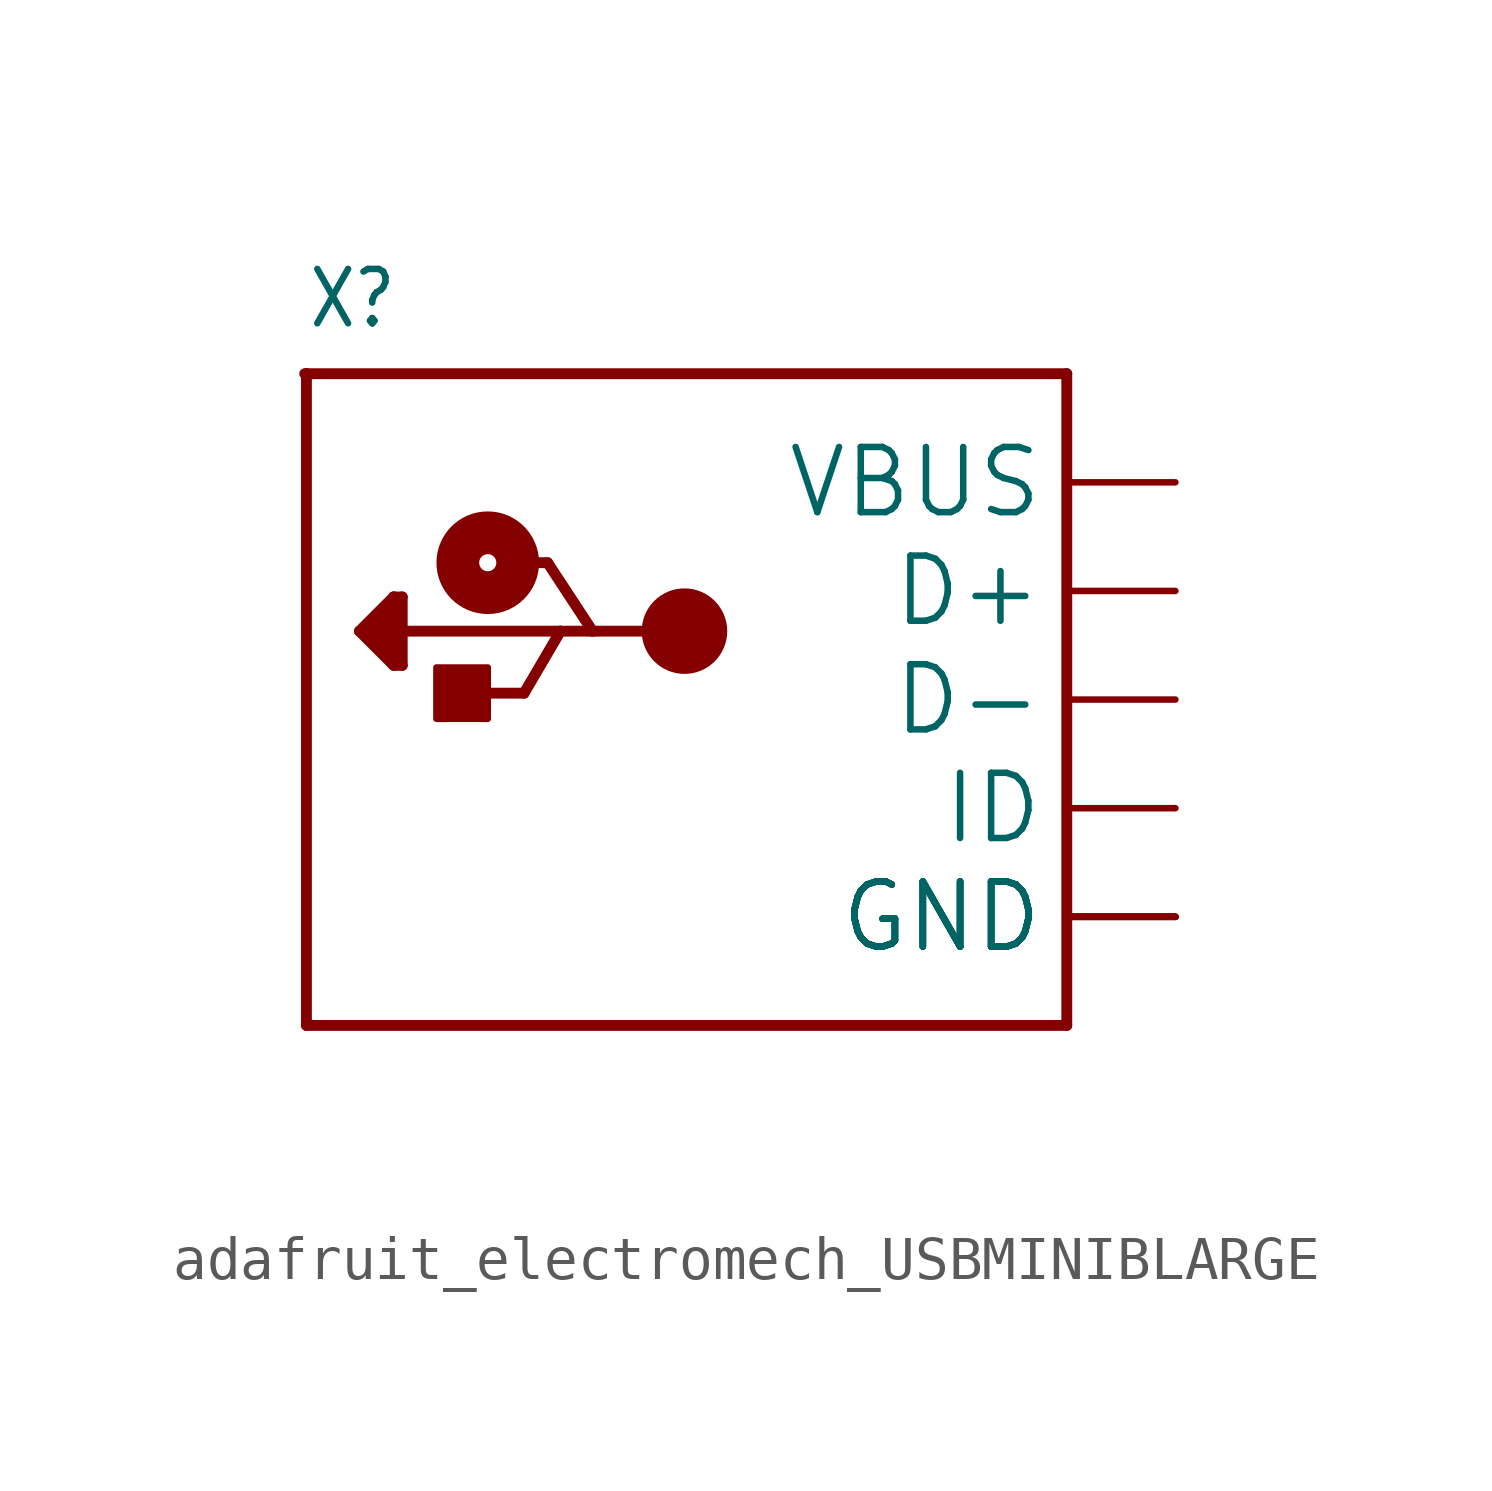
<source format=kicad_sym>
(kicad_symbol_lib
  (version 20241209)
  (generator "kicad_symbol_editor")
  (generator_version "9.0")
  (symbol "adafruit_electromech_USBMINIBLARGE"
    (property "Reference" "X"
      (at -10.16 8.636 0)
      (effects (font (size 1.27 1.079)) (justify left bottom)))
    (property "Value" ""
      (at -10.16 -10.16 0)
      (effects (font (size 1.27 1.079)) (justify left bottom)))
    (property "ki_locked" ""
      (at 0 0 0)
      (effects (font (size 1.27 1.27))))
    (symbol "adafruit_electromech_USBMINIBLARGE_1_0"
      (polyline (pts (xy -10.2 7.62) (xy -10.16 7.62)) (stroke (width 0.254) (type solid)) (fill (type none)))
      (polyline (pts (xy -10.16 7.62) (xy -10.16 -7.62)) (stroke (width 0.254) (type solid)) (fill (type none)))
      (polyline (pts (xy -10.16 7.62) (xy 7.62 7.62)) (stroke (width 0.254) (type solid)) (fill (type none)))
      (polyline (pts (xy -10.16 -7.62) (xy 7.62 -7.62)) (stroke (width 0.254) (type solid)) (fill (type none)))
      (polyline (pts (xy -8.92 1.6) (xy -8.12 2.4)) (stroke (width 0.254) (type solid)) (fill (type none)))
      (polyline (pts (xy -8.52 1.6) (xy -8.52 1.4)) (stroke (width 0.254) (type solid)) (fill (type none)))
      (polyline (pts (xy -8.52 1.4) (xy -8.32 1.2)) (stroke (width 0.254) (type solid)) (fill (type none)))
      (polyline (pts (xy -8.32 2) (xy -8.72 1.6)) (stroke (width 0.254) (type solid)) (fill (type none)))
      (polyline (pts (xy -8.32 1.2) (xy -8.32 2)) (stroke (width 0.254) (type solid)) (fill (type none)))
      (polyline (pts (xy -8.12 2.4) (xy -7.92 2.4)) (stroke (width 0.254) (type solid)) (fill (type none)))
      (polyline (pts (xy -8.12 1) (xy -8.12 2.4)) (stroke (width 0.254) (type solid)) (fill (type none)))
      (polyline (pts (xy -8.12 0.8) (xy -8.92 1.6)) (stroke (width 0.254) (type solid)) (fill (type none)))
      (polyline (pts (xy -7.92 2.4) (xy -7.92 1.6)) (stroke (width 0.254) (type solid)) (fill (type none)))
      (polyline (pts (xy -7.92 1.6) (xy -7.92 0.8)) (stroke (width 0.254) (type solid)) (fill (type none)))
      (polyline (pts (xy -7.92 0.8) (xy -8.12 0.8)) (stroke (width 0.254) (type solid)) (fill (type none)))
      (rectangle (start -7.12 -0.45) (end -5.92 0.75) (stroke (width 0) (type default)) (fill (type outline)))
      (polyline (pts (xy -6.27 0.15) (xy -5.07 0.15)) (stroke (width 0.254) (type solid)) (fill (type none)))
      (circle (center -5.92 3.2) (radius 0.2) (stroke (width 1) (type solid)) (fill (type none)))
      (polyline (pts (xy -5.52 3.2) (xy -4.52 3.2)) (stroke (width 0.254) (type solid)) (fill (type none)))
      (polyline (pts (xy -5.07 0.15) (xy -4.22 1.6)) (stroke (width 0.254) (type solid)) (fill (type none)))
      (polyline (pts (xy -4.52 3.2) (xy -3.47 1.6)) (stroke (width 0.254) (type solid)) (fill (type none)))
      (polyline (pts (xy -4.22 1.6) (xy -7.92 1.6)) (stroke (width 0.254) (type solid)) (fill (type none)))
      (polyline (pts (xy -3.47 1.6) (xy -4.22 1.6)) (stroke (width 0.254) (type solid)) (fill (type none)))
      (circle (center -1.32 1.6) (radius 0.5) (stroke (width 1) (type solid)) (fill (type none)))
      (polyline (pts (xy -1.32 1.6) (xy -3.47 1.6)) (stroke (width 0.254) (type solid)) (fill (type none)))
      (polyline (pts (xy 7.62 7.62) (xy 7.62 -7.62)) (stroke (width 0.254) (type solid)) (fill (type none)))
      (pin power_in line (at 10.16 5.08 180) (length 2.54) (name "VBUS" (effects (font (size 1.524 1.524)))) (number "VBUS" (effects (font (size 0 0)))))
      (pin bidirectional line (at 10.16 2.54 180) (length 2.54) (name "D+" (effects (font (size 1.524 1.524)))) (number "D+" (effects (font (size 0 0)))))
      (pin bidirectional line (at 10.16 0 180) (length 2.54) (name "D-" (effects (font (size 1.524 1.524)))) (number "D-" (effects (font (size 0 0)))))
      (pin bidirectional line (at 10.16 -2.54 180) (length 2.54) (name "ID" (effects (font (size 1.524 1.524)))) (number "ID" (effects (font (size 0 0)))))
      (pin power_in line (at 10.16 -5.08 180) (length 2.54) (name "GND" (effects (font (size 1.524 1.524)))) (number "GND" (effects (font (size 0 0)))))
      (pin power_in line (at 10.16 -5.08 180) (length 2.54) (name "GND" (effects (font (size 1.524 1.524)))) (number "GND1" (effects (font (size 0 0)))))
      (pin power_in line (at 10.16 -5.08 180) (length 2.54) (name "GND" (effects (font (size 1.524 1.524)))) (number "GND2" (effects (font (size 0 0)))))
      (pin power_in line (at 10.16 -5.08 180) (length 2.54) (name "GND" (effects (font (size 1.524 1.524)))) (number "GND3" (effects (font (size 0 0)))))
      (pin power_in line (at 10.16 -5.08 180) (length 2.54) (name "GND" (effects (font (size 1.524 1.524)))) (number "GND4" (effects (font (size 0 0))))))))
</source>
